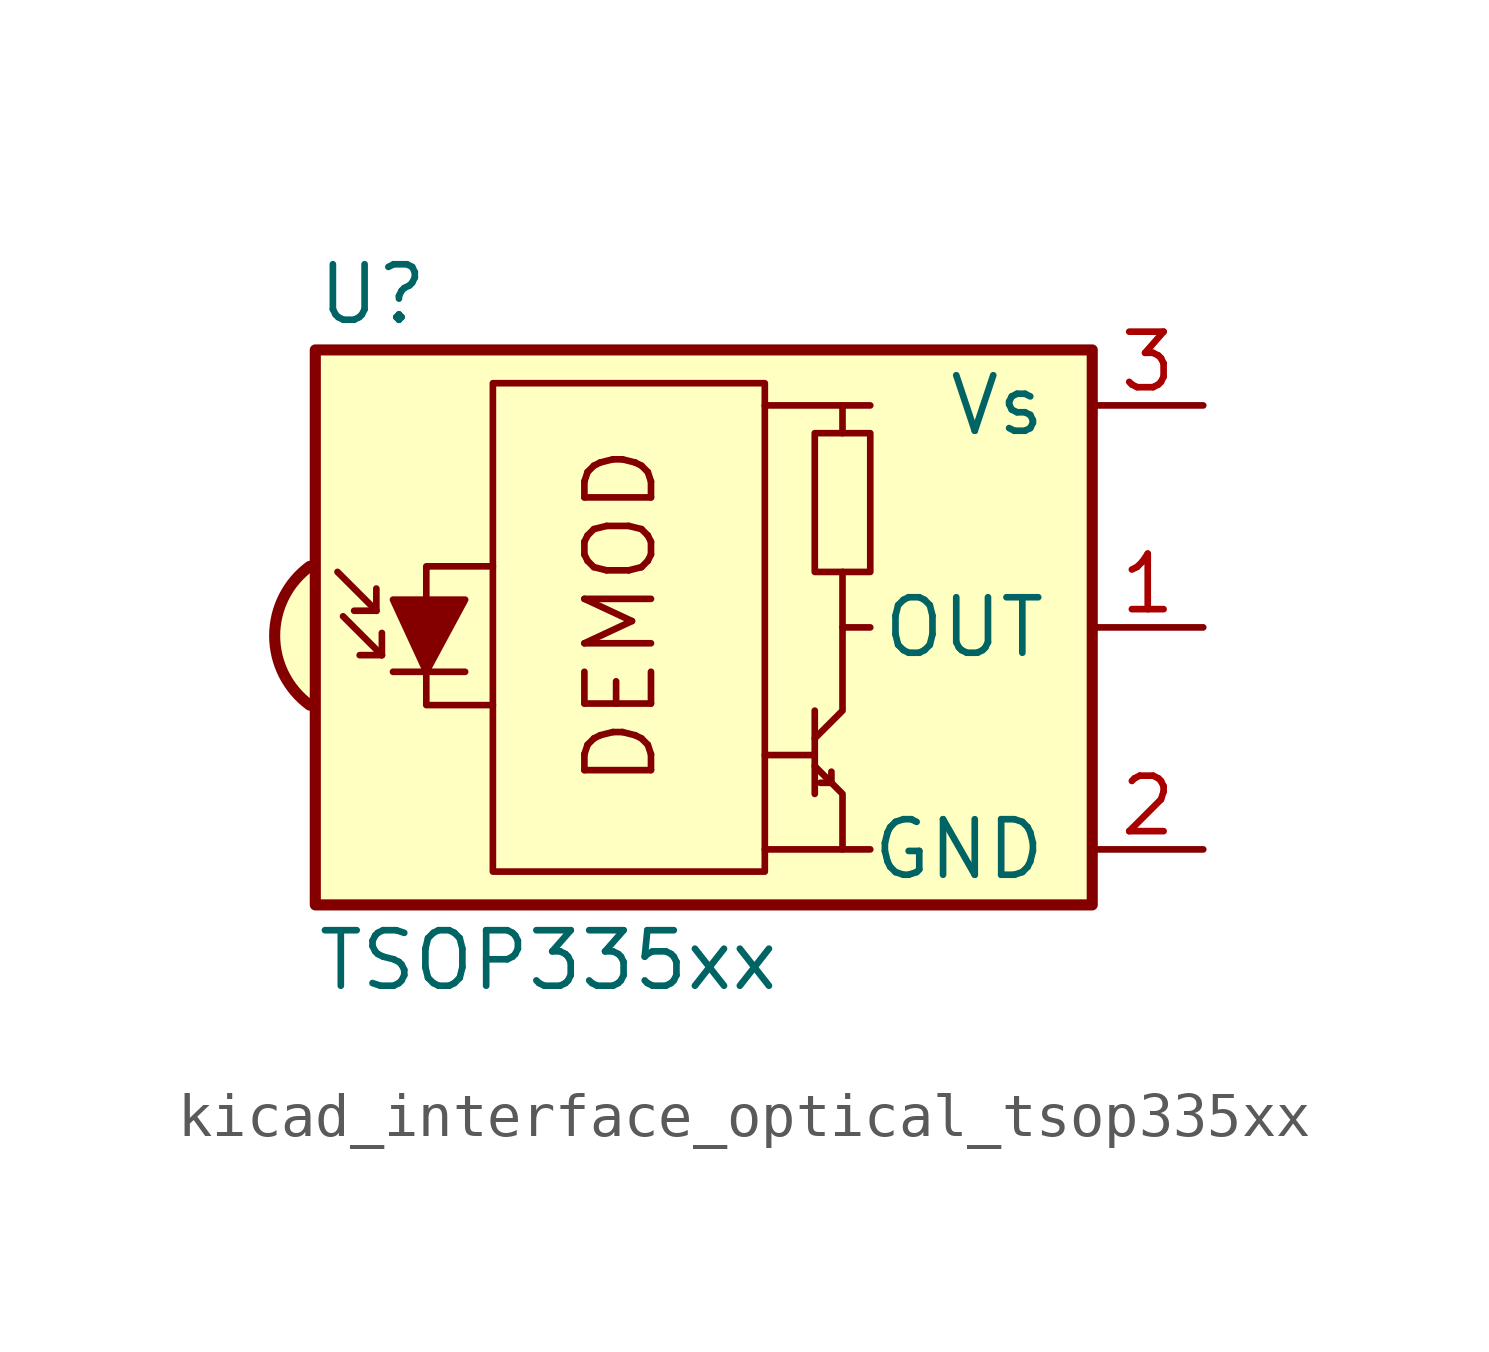
<source format=kicad_sym>
(kicad_symbol_lib
  (version 20220914)
  (generator kicad_symbol_editor)
  (symbol "kicad_interface_optical_tsop335xx"
    (pin_names
      (offset 1.016))
    (property "Reference" "U"
      (at -10.16 7.62 0)
      (effects (font (size 1.27 1.27)) (justify left)))
    (property "Value" "TSOP335xx"
      (at -10.16 -7.62 0)
      (effects (font (size 1.27 1.27)) (justify left)))
    (symbol "kicad_interface_optical_tsop335xx_0_0"
      (arc (start -10.287 1.397) (mid -11.0899 -0.1852) (end -10.287 -1.778) (stroke (width 0.254) (type default)) (fill (type background)))
      (polyline (pts (xy 1.905 -5.08) (xy 0.127 -5.08)) (stroke (width 0) (type default)) (fill (type none)))
      (polyline (pts (xy 1.905 5.08) (xy 0.127 5.08)) (stroke (width 0) (type default)) (fill (type none)))
      (text "DEMOD" (at -3.175 0.254 900) (effects (font (size 1.524 1.524)))))
    (symbol "kicad_interface_optical_tsop335xx_0_1"
      (rectangle (start -6.096 5.588) (end 0.127 -5.588) (stroke (width 0) (type default)) (fill (type none)))
      (polyline (pts (xy -8.763 0.381) (xy -9.652 1.27)) (stroke (width 0) (type default)) (fill (type none)))
      (polyline (pts (xy -8.763 0.381) (xy -9.271 0.381)) (stroke (width 0) (type default)) (fill (type none)))
      (polyline (pts (xy -8.763 0.381) (xy -8.763 0.889)) (stroke (width 0) (type default)) (fill (type none)))
      (polyline (pts (xy -8.636 -0.635) (xy -9.525 0.254)) (stroke (width 0) (type default)) (fill (type none)))
      (polyline (pts (xy -8.636 -0.635) (xy -9.144 -0.635)) (stroke (width 0) (type default)) (fill (type none)))
      (polyline (pts (xy -8.636 -0.635) (xy -8.636 -0.127)) (stroke (width 0) (type default)) (fill (type none)))
      (polyline (pts (xy -8.382 -1.016) (xy -6.731 -1.016)) (stroke (width 0) (type default)) (fill (type none)))
      (polyline (pts (xy 1.27 -2.921) (xy 0.127 -2.921)) (stroke (width 0) (type default)) (fill (type none)))
      (polyline (pts (xy 1.27 -1.905) (xy 1.27 -3.81)) (stroke (width 0) (type default)) (fill (type none)))
      (polyline (pts (xy 1.397 -3.556) (xy 1.524 -3.556)) (stroke (width 0) (type default)) (fill (type none)))
      (polyline (pts (xy 1.651 -3.556) (xy 1.524 -3.556)) (stroke (width 0) (type default)) (fill (type none)))
      (polyline (pts (xy 1.651 -3.556) (xy 1.651 -3.302)) (stroke (width 0) (type default)) (fill (type none)))
      (polyline (pts (xy 1.905 0) (xy 1.905 1.27)) (stroke (width 0) (type default)) (fill (type none)))
      (polyline (pts (xy 1.905 4.445) (xy 1.905 5.08) (xy 2.54 5.08)) (stroke (width 0) (type default)) (fill (type none)))
      (polyline (pts (xy -8.382 0.635) (xy -6.731 0.635) (xy -7.62 -1.016) (xy -8.382 0.635)) (stroke (width 0) (type default)) (fill (type outline)))
      (polyline (pts (xy -6.096 1.397) (xy -7.62 1.397) (xy -7.62 -1.778) (xy -6.096 -1.778)) (stroke (width 0) (type default)) (fill (type none)))
      (polyline (pts (xy 1.27 -3.175) (xy 1.905 -3.81) (xy 1.905 -5.08) (xy 2.54 -5.08)) (stroke (width 0) (type default)) (fill (type none)))
      (polyline (pts (xy 1.27 -2.54) (xy 1.905 -1.905) (xy 1.905 0) (xy 2.54 0)) (stroke (width 0) (type default)) (fill (type none)))
      (rectangle (start 2.54 1.27) (end 1.27 4.445) (stroke (width 0) (type default)) (fill (type none)))
      (rectangle (start 7.62 6.35) (end -10.16 -6.35) (stroke (width 0.254) (type default)) (fill (type background))))
    (symbol "kicad_interface_optical_tsop335xx_1_1"
      (pin output line (at 10.16 0 180) (length 2.54) (name "OUT" (effects (font (size 1.27 1.27)))) (number "1" (effects (font (size 1.27 1.27)))))
      (pin power_in line (at 10.16 -5.08 180) (length 2.54) (name "GND" (effects (font (size 1.27 1.27)))) (number "2" (effects (font (size 1.27 1.27)))))
      (pin power_in line (at 10.16 5.08 180) (length 2.54) (name "Vs" (effects (font (size 1.27 1.27)))) (number "3" (effects (font (size 1.27 1.27))))))))
</source>
